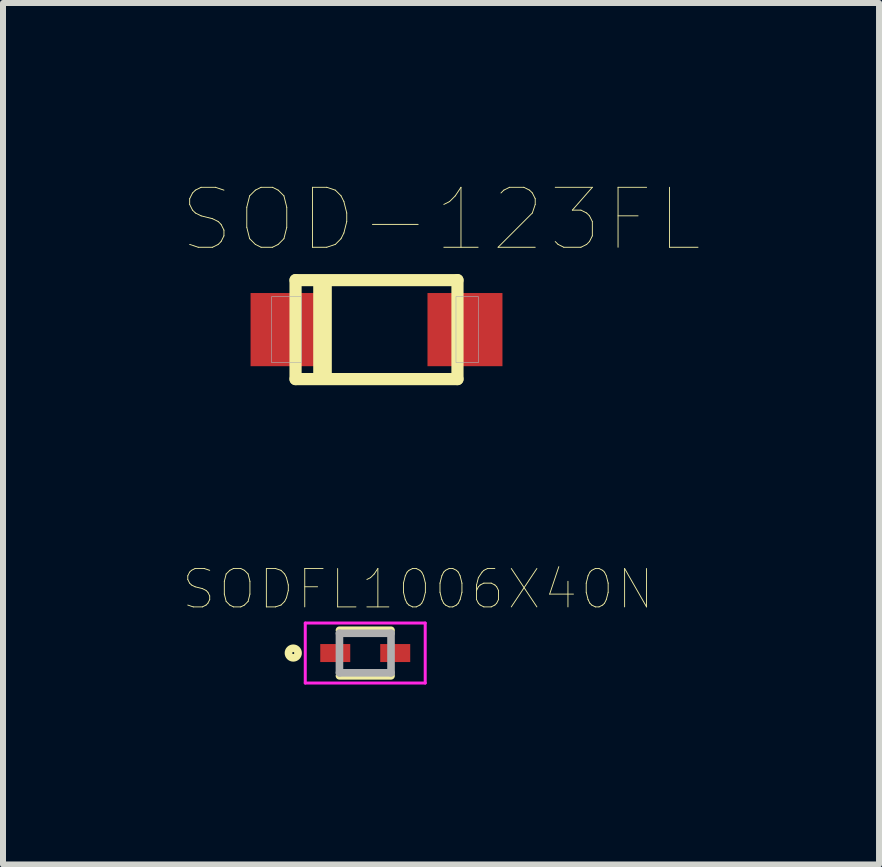
<source format=kicad_pcb>
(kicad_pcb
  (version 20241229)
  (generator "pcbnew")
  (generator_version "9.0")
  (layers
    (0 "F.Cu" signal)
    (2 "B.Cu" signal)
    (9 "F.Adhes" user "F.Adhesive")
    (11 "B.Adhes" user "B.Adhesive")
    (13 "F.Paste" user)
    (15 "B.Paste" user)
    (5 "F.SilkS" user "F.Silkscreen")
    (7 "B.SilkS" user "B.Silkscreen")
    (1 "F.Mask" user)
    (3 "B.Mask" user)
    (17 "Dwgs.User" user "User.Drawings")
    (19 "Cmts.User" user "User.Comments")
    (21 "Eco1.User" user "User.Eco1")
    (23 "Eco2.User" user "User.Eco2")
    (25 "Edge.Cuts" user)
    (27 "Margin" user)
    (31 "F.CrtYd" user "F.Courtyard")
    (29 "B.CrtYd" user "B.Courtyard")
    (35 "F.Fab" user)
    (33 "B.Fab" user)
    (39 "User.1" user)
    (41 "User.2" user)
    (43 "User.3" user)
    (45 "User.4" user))
  (footprint "SODFL1006X40N"
    (layer "F.Cu")
    (at 3.04 7.839)
    (property "Reference" "SODFL1006X40N" (at 0.881 -1.065 0) (layer "F.SilkS") (effects (font (size 0.64 0.64) (thickness 0.015))))
    (attr through_hole)
    (fp_line (start -0.43 -0.38) (end 0.43 -0.38) (stroke (width 0.127) (type solid)) (layer "F.SilkS"))
    (fp_line (start 0.43 0.38) (end -0.43 0.38) (stroke (width 0.127) (type solid)) (layer "F.SilkS"))
    (fp_circle (center -1.2 0) (end -1.12 0) (stroke (width 0.127) (type solid)) (fill no) (layer "F.SilkS"))
    (fp_line (start -1 -0.5) (end 1 -0.5) (stroke (width 0.05) (type solid)) (layer "F.CrtYd"))
    (fp_line (start -1 0.5) (end -1 -0.5) (stroke (width 0.05) (type solid)) (layer "F.CrtYd"))
    (fp_line (start 1 -0.5) (end 1 0.5) (stroke (width 0.05) (type solid)) (layer "F.CrtYd"))
    (fp_line (start 1 0.5) (end -1 0.5) (stroke (width 0.05) (type solid)) (layer "F.CrtYd"))
    (fp_line (start -0.43 -0.33) (end 0.43 -0.33) (stroke (width 0.127) (type solid)) (layer "F.Fab"))
    (fp_line (start -0.43 0.33) (end -0.43 -0.33) (stroke (width 0.127) (type solid)) (layer "F.Fab"))
    (fp_line (start 0.43 -0.33) (end 0.43 0.33) (stroke (width 0.127) (type solid)) (layer "F.Fab"))
    (fp_line (start 0.43 0.33) (end -0.43 0.33) (stroke (width 0.127) (type solid)) (layer "F.Fab"))
    (pad "1" smd rect (at -0.5 0) (size 0.5 0.3) (layers "F.Cu" "F.Mask" "F.Paste"))
    (pad "2" smd rect (at 0.5 0) (size 0.5 0.3) (layers "F.Cu" "F.Mask" "F.Paste")))
  (footprint "SOD-123FL"
    (layer "F.Cu")
    (at 3.228 2.446)
    (property "Reference" "SOD-123FL" (at 1.075 -1.835 0) (layer "F.SilkS") (effects (font (size 1 1) (thickness 0.015))))
    (attr through_hole)
    (fp_line (start -1.35 -0.825) (end 1.35 -0.825) (stroke (width 0.203) (type solid)) (layer "F.SilkS"))
    (fp_line (start -1.35 0.825) (end -1.35 -0.825) (stroke (width 0.203) (type solid)) (layer "F.SilkS"))
    (fp_line (start 1.35 -0.825) (end 1.35 0.825) (stroke (width 0.203) (type solid)) (layer "F.SilkS"))
    (fp_line (start 1.35 0.825) (end -1.35 0.825) (stroke (width 0.203) (type solid)) (layer "F.SilkS"))
    (fp_poly (pts (xy -1.05 -0.9) (xy -0.75 -0.9) (xy -0.75 0.9) (xy -1.05 0.9)) (stroke (width 0.01) (type solid)) (fill yes) (layer "F.SilkS"))
    (fp_poly (pts (xy -1.75 -0.55) (xy -1.25 -0.55) (xy -1.25 0.55) (xy -1.75 0.55)) (stroke (width 0.01) (type solid)) (fill no) (layer "F.Fab"))
    (fp_poly (pts (xy 1.325 -0.55) (xy 1.7 -0.55) (xy 1.7 0.55) (xy 1.325 0.55)) (stroke (width 0.01) (type solid)) (fill no) (layer "F.Fab"))
    (pad "1" smd rect (at -1.475 0) (size 1.25 1.22) (layers "F.Cu" "F.Mask"))
    (pad "2" smd rect (at 1.475 0) (size 1.25 1.22) (layers "F.Cu" "F.Mask")))
  (gr_rect
    (start -3 -3)
    (end 11.607 11.364)
    (stroke (width 0.1) (type default))
    (fill no)
    (layer "Edge.Cuts")))
</source>
